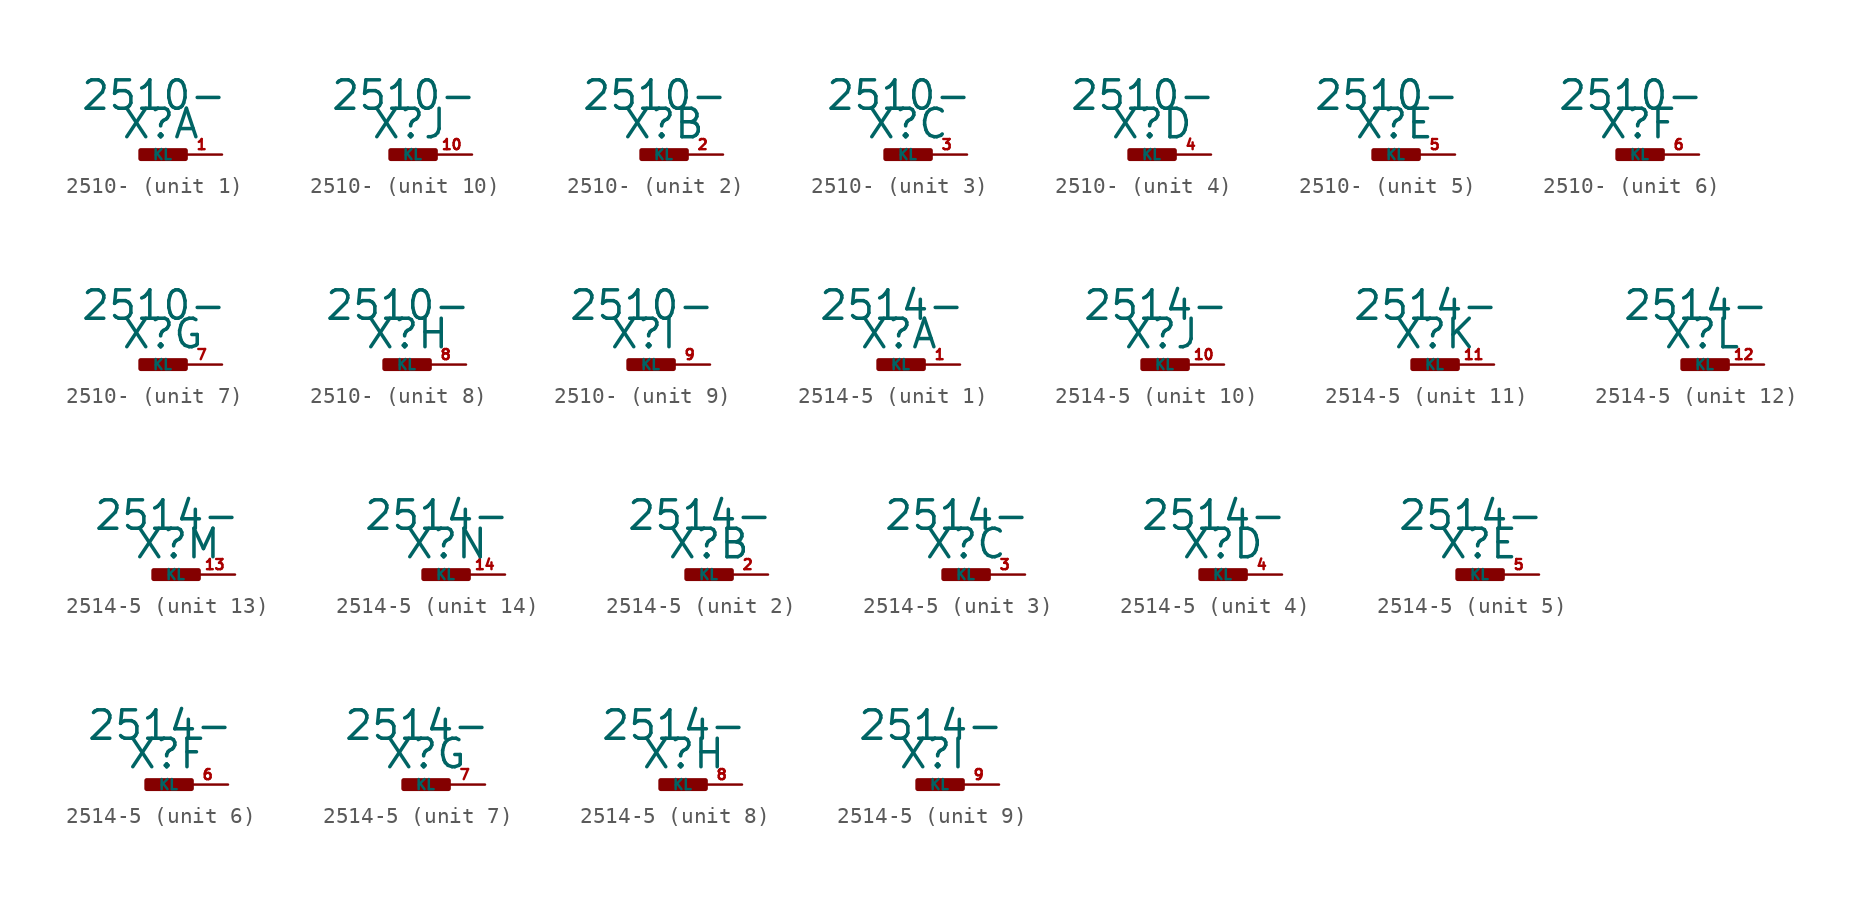
<source format=kicad_sym>
(kicad_symbol_lib
  (version 20220914)
  (generator Eagle2Kicad)
  (symbol "2510-"
    (property "Reference" "X"
      (at -1.27 0.889 0)
      (effects (font (size 1.778 1.778) (thickness 0.22)) (justify left bottom)))
    (property "Value" "2510-"
      (at -3.81 2.667 0)
      (effects (font (size 1.778 1.778) (thickness 0.22)) (justify left bottom)))
    (symbol "2510-_1_0"
      (rectangle (start 0 -0.254) (end 2.794 0.254) (stroke (width 0.3) (type default)) (fill (type outline)))
      (pin passive line (at 5.08 0 180) (length 2.54) (name "KL" (effects (font (size 0.635 0.635) (thickness 0.08)) (justify left bottom))) (number "1" (effects (font (size 0.635 0.635) (thickness 0.08)) (justify left bottom)))))
    (symbol "2510-_2_0"
      (rectangle (start 0 -0.254) (end 2.794 0.254) (stroke (width 0.3) (type default)) (fill (type outline)))
      (pin passive line (at 5.08 0 180) (length 2.54) (name "KL" (effects (font (size 0.635 0.635) (thickness 0.08)) (justify left bottom))) (number "2" (effects (font (size 0.635 0.635) (thickness 0.08)) (justify left bottom)))))
    (symbol "2510-_3_0"
      (rectangle (start 0 -0.254) (end 2.794 0.254) (stroke (width 0.3) (type default)) (fill (type outline)))
      (pin passive line (at 5.08 0 180) (length 2.54) (name "KL" (effects (font (size 0.635 0.635) (thickness 0.08)) (justify left bottom))) (number "3" (effects (font (size 0.635 0.635) (thickness 0.08)) (justify left bottom)))))
    (symbol "2510-_4_0"
      (rectangle (start 0 -0.254) (end 2.794 0.254) (stroke (width 0.3) (type default)) (fill (type outline)))
      (pin passive line (at 5.08 0 180) (length 2.54) (name "KL" (effects (font (size 0.635 0.635) (thickness 0.08)) (justify left bottom))) (number "4" (effects (font (size 0.635 0.635) (thickness 0.08)) (justify left bottom)))))
    (symbol "2510-_5_0"
      (rectangle (start 0 -0.254) (end 2.794 0.254) (stroke (width 0.3) (type default)) (fill (type outline)))
      (pin passive line (at 5.08 0 180) (length 2.54) (name "KL" (effects (font (size 0.635 0.635) (thickness 0.08)) (justify left bottom))) (number "5" (effects (font (size 0.635 0.635) (thickness 0.08)) (justify left bottom)))))
    (symbol "2510-_6_0"
      (rectangle (start 0 -0.254) (end 2.794 0.254) (stroke (width 0.3) (type default)) (fill (type outline)))
      (pin passive line (at 5.08 0 180) (length 2.54) (name "KL" (effects (font (size 0.635 0.635) (thickness 0.08)) (justify left bottom))) (number "6" (effects (font (size 0.635 0.635) (thickness 0.08)) (justify left bottom)))))
    (symbol "2510-_7_0"
      (rectangle (start 0 -0.254) (end 2.794 0.254) (stroke (width 0.3) (type default)) (fill (type outline)))
      (pin passive line (at 5.08 0 180) (length 2.54) (name "KL" (effects (font (size 0.635 0.635) (thickness 0.08)) (justify left bottom))) (number "7" (effects (font (size 0.635 0.635) (thickness 0.08)) (justify left bottom)))))
    (symbol "2510-_8_0"
      (rectangle (start 0 -0.254) (end 2.794 0.254) (stroke (width 0.3) (type default)) (fill (type outline)))
      (pin passive line (at 5.08 0 180) (length 2.54) (name "KL" (effects (font (size 0.635 0.635) (thickness 0.08)) (justify left bottom))) (number "8" (effects (font (size 0.635 0.635) (thickness 0.08)) (justify left bottom)))))
    (symbol "2510-_9_0"
      (rectangle (start 0 -0.254) (end 2.794 0.254) (stroke (width 0.3) (type default)) (fill (type outline)))
      (pin passive line (at 5.08 0 180) (length 2.54) (name "KL" (effects (font (size 0.635 0.635) (thickness 0.08)) (justify left bottom))) (number "9" (effects (font (size 0.635 0.635) (thickness 0.08)) (justify left bottom)))))
    (symbol "2510-_10_0"
      (rectangle (start 0 -0.254) (end 2.794 0.254) (stroke (width 0.3) (type default)) (fill (type outline)))
      (pin passive line (at 5.08 0 180) (length 2.54) (name "KL" (effects (font (size 0.635 0.635) (thickness 0.08)) (justify left bottom))) (number "10" (effects (font (size 0.635 0.635) (thickness 0.08)) (justify left bottom))))))
  (symbol "2514-5"
    (property "Reference" "X"
      (at -1.27 0.889 0)
      (effects (font (size 1.778 1.778) (thickness 0.22)) (justify left bottom)))
    (property "Value" "2514-"
      (at -3.81 2.667 0)
      (effects (font (size 1.778 1.778) (thickness 0.22)) (justify left bottom)))
    (symbol "2514-5_1_0"
      (rectangle (start 0 -0.254) (end 2.794 0.254) (stroke (width 0.3) (type default)) (fill (type outline)))
      (pin passive line (at 5.08 0 180) (length 2.54) (name "KL" (effects (font (size 0.635 0.635) (thickness 0.08)) (justify left bottom))) (number "1" (effects (font (size 0.635 0.635) (thickness 0.08)) (justify left bottom)))))
    (symbol "2514-5_2_0"
      (rectangle (start 0 -0.254) (end 2.794 0.254) (stroke (width 0.3) (type default)) (fill (type outline)))
      (pin passive line (at 5.08 0 180) (length 2.54) (name "KL" (effects (font (size 0.635 0.635) (thickness 0.08)) (justify left bottom))) (number "2" (effects (font (size 0.635 0.635) (thickness 0.08)) (justify left bottom)))))
    (symbol "2514-5_3_0"
      (rectangle (start 0 -0.254) (end 2.794 0.254) (stroke (width 0.3) (type default)) (fill (type outline)))
      (pin passive line (at 5.08 0 180) (length 2.54) (name "KL" (effects (font (size 0.635 0.635) (thickness 0.08)) (justify left bottom))) (number "3" (effects (font (size 0.635 0.635) (thickness 0.08)) (justify left bottom)))))
    (symbol "2514-5_4_0"
      (rectangle (start 0 -0.254) (end 2.794 0.254) (stroke (width 0.3) (type default)) (fill (type outline)))
      (pin passive line (at 5.08 0 180) (length 2.54) (name "KL" (effects (font (size 0.635 0.635) (thickness 0.08)) (justify left bottom))) (number "4" (effects (font (size 0.635 0.635) (thickness 0.08)) (justify left bottom)))))
    (symbol "2514-5_5_0"
      (rectangle (start 0 -0.254) (end 2.794 0.254) (stroke (width 0.3) (type default)) (fill (type outline)))
      (pin passive line (at 5.08 0 180) (length 2.54) (name "KL" (effects (font (size 0.635 0.635) (thickness 0.08)) (justify left bottom))) (number "5" (effects (font (size 0.635 0.635) (thickness 0.08)) (justify left bottom)))))
    (symbol "2514-5_6_0"
      (rectangle (start 0 -0.254) (end 2.794 0.254) (stroke (width 0.3) (type default)) (fill (type outline)))
      (pin passive line (at 5.08 0 180) (length 2.54) (name "KL" (effects (font (size 0.635 0.635) (thickness 0.08)) (justify left bottom))) (number "6" (effects (font (size 0.635 0.635) (thickness 0.08)) (justify left bottom)))))
    (symbol "2514-5_7_0"
      (rectangle (start 0 -0.254) (end 2.794 0.254) (stroke (width 0.3) (type default)) (fill (type outline)))
      (pin passive line (at 5.08 0 180) (length 2.54) (name "KL" (effects (font (size 0.635 0.635) (thickness 0.08)) (justify left bottom))) (number "7" (effects (font (size 0.635 0.635) (thickness 0.08)) (justify left bottom)))))
    (symbol "2514-5_8_0"
      (rectangle (start 0 -0.254) (end 2.794 0.254) (stroke (width 0.3) (type default)) (fill (type outline)))
      (pin passive line (at 5.08 0 180) (length 2.54) (name "KL" (effects (font (size 0.635 0.635) (thickness 0.08)) (justify left bottom))) (number "8" (effects (font (size 0.635 0.635) (thickness 0.08)) (justify left bottom)))))
    (symbol "2514-5_9_0"
      (rectangle (start 0 -0.254) (end 2.794 0.254) (stroke (width 0.3) (type default)) (fill (type outline)))
      (pin passive line (at 5.08 0 180) (length 2.54) (name "KL" (effects (font (size 0.635 0.635) (thickness 0.08)) (justify left bottom))) (number "9" (effects (font (size 0.635 0.635) (thickness 0.08)) (justify left bottom)))))
    (symbol "2514-5_10_0"
      (rectangle (start 0 -0.254) (end 2.794 0.254) (stroke (width 0.3) (type default)) (fill (type outline)))
      (pin passive line (at 5.08 0 180) (length 2.54) (name "KL" (effects (font (size 0.635 0.635) (thickness 0.08)) (justify left bottom))) (number "10" (effects (font (size 0.635 0.635) (thickness 0.08)) (justify left bottom)))))
    (symbol "2514-5_11_0"
      (rectangle (start 0 -0.254) (end 2.794 0.254) (stroke (width 0.3) (type default)) (fill (type outline)))
      (pin passive line (at 5.08 0 180) (length 2.54) (name "KL" (effects (font (size 0.635 0.635) (thickness 0.08)) (justify left bottom))) (number "11" (effects (font (size 0.635 0.635) (thickness 0.08)) (justify left bottom)))))
    (symbol "2514-5_12_0"
      (rectangle (start 0 -0.254) (end 2.794 0.254) (stroke (width 0.3) (type default)) (fill (type outline)))
      (pin passive line (at 5.08 0 180) (length 2.54) (name "KL" (effects (font (size 0.635 0.635) (thickness 0.08)) (justify left bottom))) (number "12" (effects (font (size 0.635 0.635) (thickness 0.08)) (justify left bottom)))))
    (symbol "2514-5_13_0"
      (rectangle (start 0 -0.254) (end 2.794 0.254) (stroke (width 0.3) (type default)) (fill (type outline)))
      (pin passive line (at 5.08 0 180) (length 2.54) (name "KL" (effects (font (size 0.635 0.635) (thickness 0.08)) (justify left bottom))) (number "13" (effects (font (size 0.635 0.635) (thickness 0.08)) (justify left bottom)))))
    (symbol "2514-5_14_0"
      (rectangle (start 0 -0.254) (end 2.794 0.254) (stroke (width 0.3) (type default)) (fill (type outline)))
      (pin passive line (at 5.08 0 180) (length 2.54) (name "KL" (effects (font (size 0.635 0.635) (thickness 0.08)) (justify left bottom))) (number "14" (effects (font (size 0.635 0.635) (thickness 0.08)) (justify left bottom)))))))
</source>
